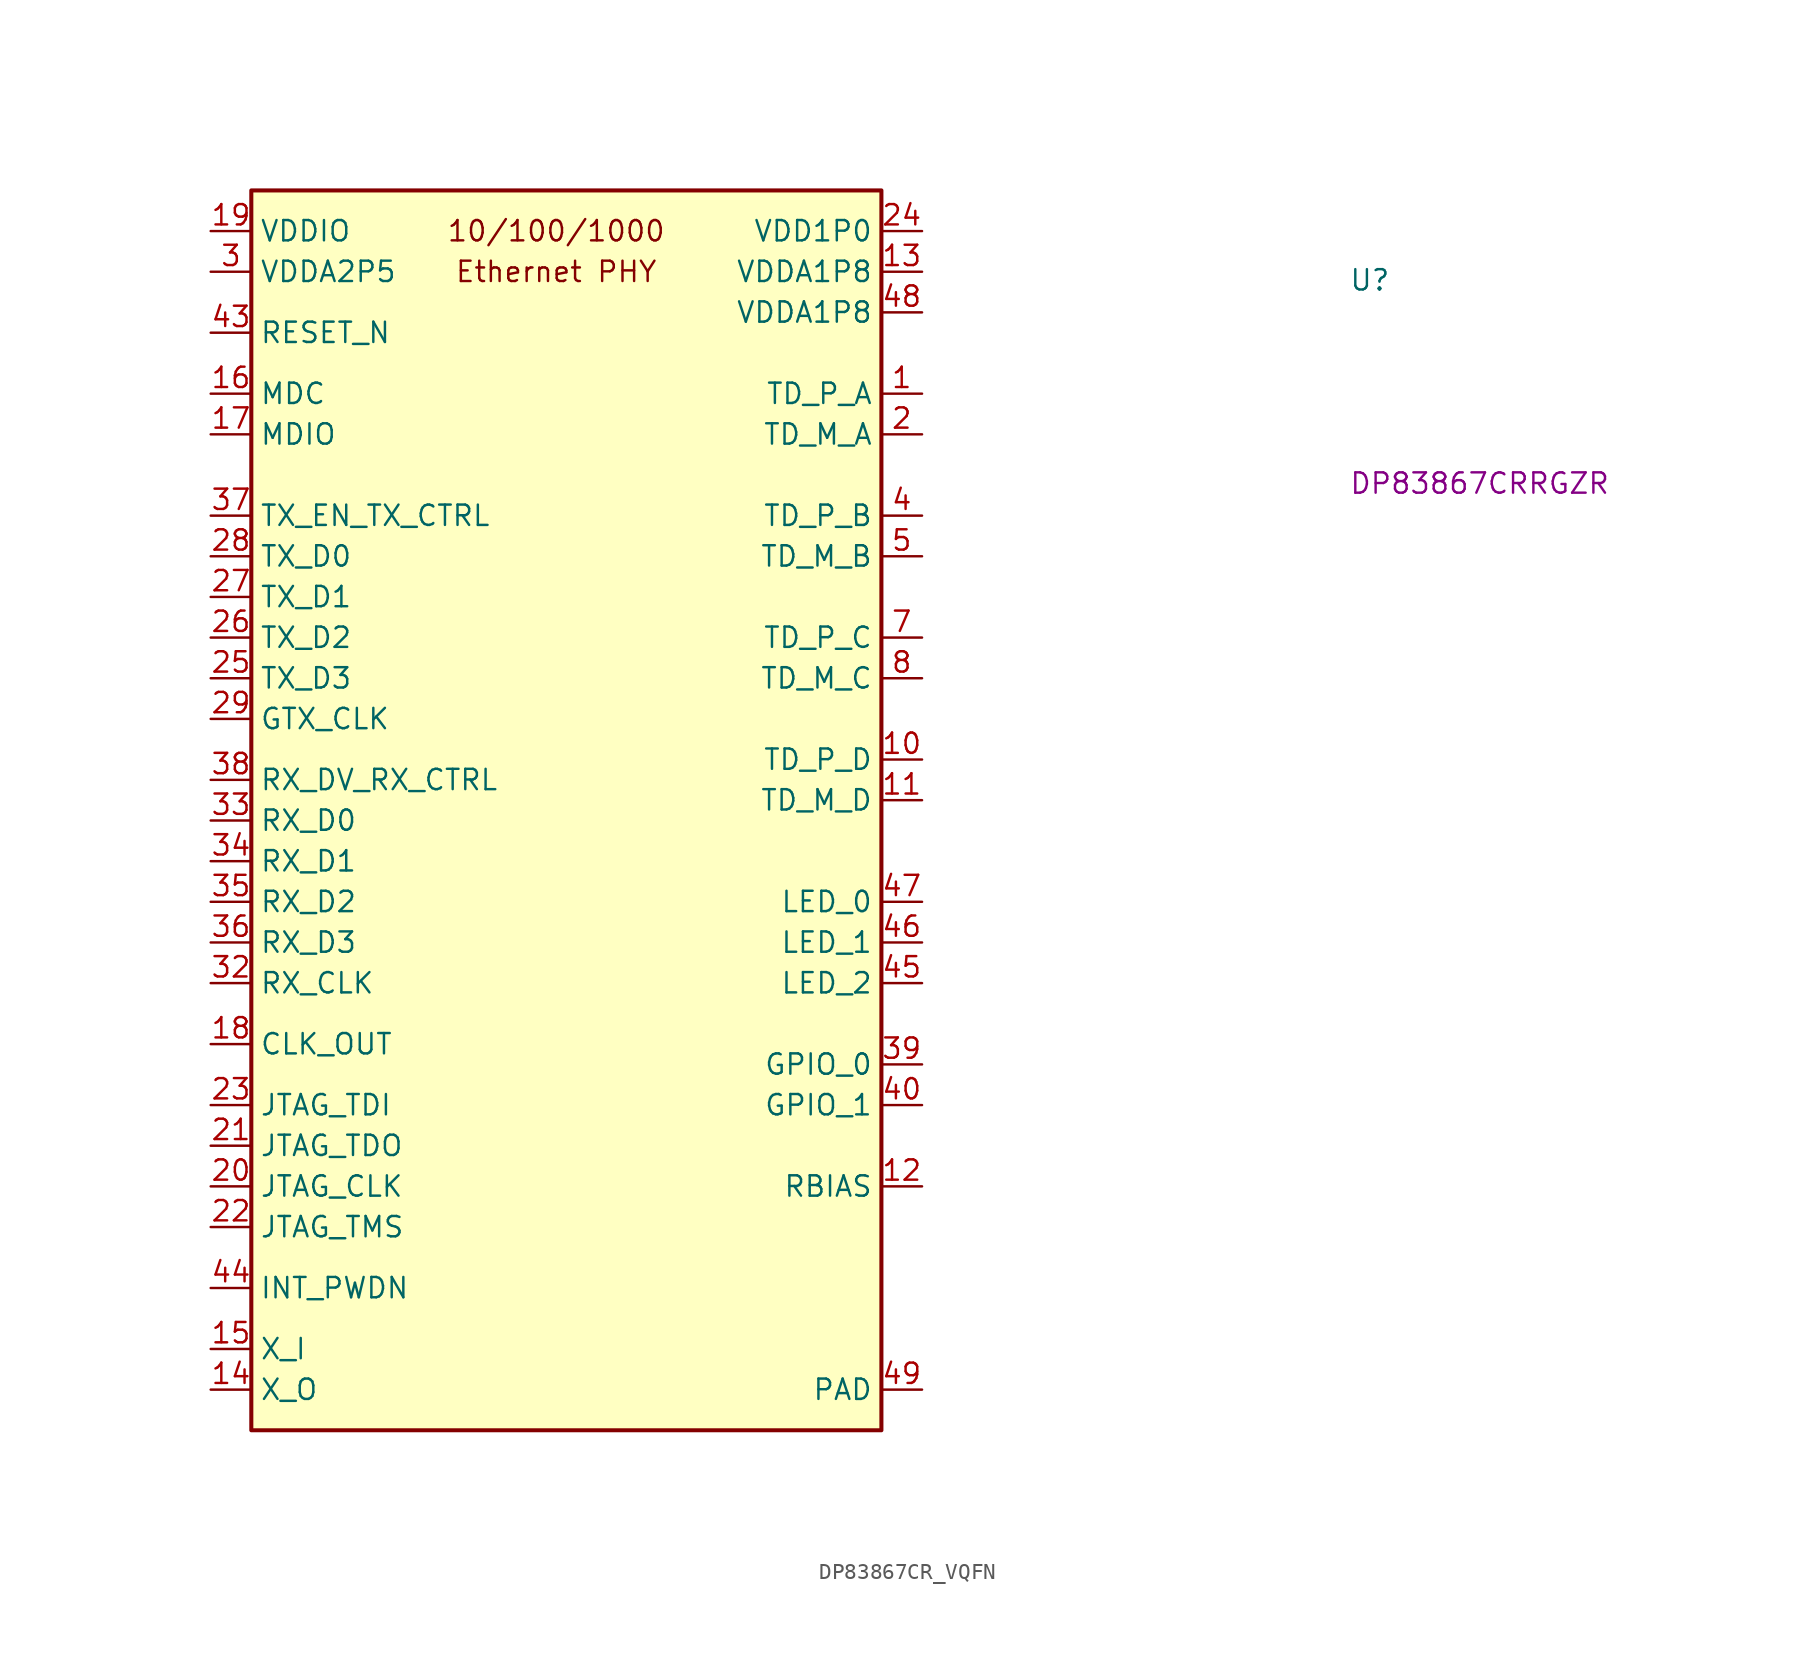
<source format=kicad_sym>
(kicad_symbol_lib
  (version 20220914)
  (generator kicad_symbol_editor)
  (symbol "DP83867CR_VQFN"
    (property "Reference" "U"
      (at 71.12 -3.81 0)
      (effects (font (size 1.27 1.27) (thickness 0.15)) (justify left bottom)))
    (property "MPN" "DP83867CRRGZR"
      (at 71.12 -16.51 0)
      (effects (font (size 1.27 1.27) (thickness 0.15)) (justify left bottom)))
    (symbol "DP83867CR_VQFN_1_1"
      (rectangle (start 2.54 2.54) (end 41.91 -74.93) (stroke (width 0.254) (type default)) (fill (type background)))
      (text "10/100/1000" (at 21.59 0 0) (effects (font (size 1.27 1.27))))
      (text "Ethernet PHY" (at 21.59 -2.54 0) (effects (font (size 1.27 1.27))))
      (pin bidirectional line (at 44.45 -10.16 180) (length 2.54) (name "TD_P_A" (effects (font (size 1.27 1.27)))) (number "1" (effects (font (size 1.27 1.27)))))
      (pin bidirectional line (at 44.45 -33.02 180) (length 2.54) (name "TD_P_D" (effects (font (size 1.27 1.27)))) (number "10" (effects (font (size 1.27 1.27)))))
      (pin bidirectional line (at 44.45 -35.56 180) (length 2.54) (name "TD_M_D" (effects (font (size 1.27 1.27)))) (number "11" (effects (font (size 1.27 1.27)))))
      (pin passive line (at 44.45 -59.69 180) (length 2.54) (name "RBIAS" (effects (font (size 1.27 1.27)))) (number "12" (effects (font (size 1.27 1.27)))))
      (pin power_in line (at 44.45 -2.54 180) (length 2.54) (name "VDDA1P8" (effects (font (size 1.27 1.27)))) (number "13" (effects (font (size 1.27 1.27)))))
      (pin bidirectional line (at 0 -72.39 0) (length 2.54) (name "X_O" (effects (font (size 1.27 1.27)))) (number "14" (effects (font (size 1.27 1.27)))))
      (pin bidirectional line (at 0 -69.85 0) (length 2.54) (name "X_I" (effects (font (size 1.27 1.27)))) (number "15" (effects (font (size 1.27 1.27)))))
      (pin input line (at 0 -10.16 0) (length 2.54) (name "MDC" (effects (font (size 1.27 1.27)))) (number "16" (effects (font (size 1.27 1.27)))))
      (pin bidirectional line (at 0 -12.7 0) (length 2.54) (name "MDIO" (effects (font (size 1.27 1.27)))) (number "17" (effects (font (size 1.27 1.27)))))
      (pin output line (at 0 -50.8 0) (length 2.54) (name "CLK_OUT" (effects (font (size 1.27 1.27)))) (number "18" (effects (font (size 1.27 1.27)))))
      (pin power_in line (at 0 0 0) (length 2.54) (name "VDDIO" (effects (font (size 1.27 1.27)))) (number "19" (effects (font (size 1.27 1.27)))))
      (pin bidirectional line (at 44.45 -12.7 180) (length 2.54) (name "TD_M_A" (effects (font (size 1.27 1.27)))) (number "2" (effects (font (size 1.27 1.27)))))
      (pin input line (at 0 -59.69 0) (length 2.54) (name "JTAG_CLK" (effects (font (size 1.27 1.27)))) (number "20" (effects (font (size 1.27 1.27)))))
      (pin output line (at 0 -57.15 0) (length 2.54) (name "JTAG_TDO" (effects (font (size 1.27 1.27)))) (number "21" (effects (font (size 1.27 1.27)))))
      (pin input line (at 0 -62.23 0) (length 2.54) (name "JTAG_TMS" (effects (font (size 1.27 1.27)))) (number "22" (effects (font (size 1.27 1.27)))))
      (pin input line (at 0 -54.61 0) (length 2.54) (name "JTAG_TDI" (effects (font (size 1.27 1.27)))) (number "23" (effects (font (size 1.27 1.27)))))
      (pin power_in line (at 44.45 0 180) (length 2.54) (name "VDD1P0" (effects (font (size 1.27 1.27)))) (number "24" (effects (font (size 1.27 1.27)))))
      (pin input line (at 0 -27.94 0) (length 2.54) (name "TX_D3" (effects (font (size 1.27 1.27)))) (number "25" (effects (font (size 1.27 1.27)))))
      (pin input line (at 0 -25.4 0) (length 2.54) (name "TX_D2" (effects (font (size 1.27 1.27)))) (number "26" (effects (font (size 1.27 1.27)))))
      (pin input line (at 0 -22.86 0) (length 2.54) (name "TX_D1" (effects (font (size 1.27 1.27)))) (number "27" (effects (font (size 1.27 1.27)))))
      (pin input line (at 0 -20.32 0) (length 2.54) (name "TX_D0" (effects (font (size 1.27 1.27)))) (number "28" (effects (font (size 1.27 1.27)))))
      (pin input line (at 0 -30.48 0) (length 2.54) (name "GTX_CLK" (effects (font (size 1.27 1.27)))) (number "29" (effects (font (size 1.27 1.27)))))
      (pin power_in line (at 0 -2.54 0) (length 2.54) (name "VDDA2P5" (effects (font (size 1.27 1.27)))) (number "3" (effects (font (size 1.27 1.27)))))
      (pin passive line (at 0 0 0) (length 2.54) hide (name "VDDIO" (effects (font (size 1.27 1.27)))) (number "30" (effects (font (size 1.27 1.27)))))
      (pin passive line (at 44.45 0 180) (length 2.54) hide (name "VDD1P0" (effects (font (size 1.27 1.27)))) (number "31" (effects (font (size 1.27 1.27)))))
      (pin output line (at 0 -46.99 0) (length 2.54) (name "RX_CLK" (effects (font (size 1.27 1.27)))) (number "32" (effects (font (size 1.27 1.27)))))
      (pin output line (at 0 -36.83 0) (length 2.54) (name "RX_D0" (effects (font (size 1.27 1.27)))) (number "33" (effects (font (size 1.27 1.27)))))
      (pin output line (at 0 -39.37 0) (length 2.54) (name "RX_D1" (effects (font (size 1.27 1.27)))) (number "34" (effects (font (size 1.27 1.27)))))
      (pin output line (at 0 -41.91 0) (length 2.54) (name "RX_D2" (effects (font (size 1.27 1.27)))) (number "35" (effects (font (size 1.27 1.27)))))
      (pin output line (at 0 -44.45 0) (length 2.54) (name "RX_D3" (effects (font (size 1.27 1.27)))) (number "36" (effects (font (size 1.27 1.27)))))
      (pin input line (at 0 -17.78 0) (length 2.54) (name "TX_EN_TX_CTRL" (effects (font (size 1.27 1.27)))) (number "37" (effects (font (size 1.27 1.27)))))
      (pin output line (at 0 -34.29 0) (length 2.54) (name "RX_DV_RX_CTRL" (effects (font (size 1.27 1.27)))) (number "38" (effects (font (size 1.27 1.27)))))
      (pin output line (at 44.45 -52.07 180) (length 2.54) (name "GPIO_0" (effects (font (size 1.27 1.27)))) (number "39" (effects (font (size 1.27 1.27)))))
      (pin bidirectional line (at 44.45 -17.78 180) (length 2.54) (name "TD_P_B" (effects (font (size 1.27 1.27)))) (number "4" (effects (font (size 1.27 1.27)))))
      (pin output line (at 44.45 -54.61 180) (length 2.54) (name "GPIO_1" (effects (font (size 1.27 1.27)))) (number "40" (effects (font (size 1.27 1.27)))))
      (pin passive line (at 0 0 0) (length 2.54) hide (name "VDDIO" (effects (font (size 1.27 1.27)))) (number "41" (effects (font (size 1.27 1.27)))))
      (pin passive line (at 44.45 0 180) (length 2.54) hide (name "VDD1P0" (effects (font (size 1.27 1.27)))) (number "42" (effects (font (size 1.27 1.27)))))
      (pin input line (at 0 -6.35 0) (length 2.54) (name "RESET_N" (effects (font (size 1.27 1.27)))) (number "43" (effects (font (size 1.27 1.27)))))
      (pin bidirectional line (at 0 -66.04 0) (length 2.54) (name "INT_PWDN" (effects (font (size 1.27 1.27)))) (number "44" (effects (font (size 1.27 1.27)))))
      (pin bidirectional line (at 44.45 -46.99 180) (length 2.54) (name "LED_2" (effects (font (size 1.27 1.27)))) (number "45" (effects (font (size 1.27 1.27)))))
      (pin bidirectional line (at 44.45 -44.45 180) (length 2.54) (name "LED_1" (effects (font (size 1.27 1.27)))) (number "46" (effects (font (size 1.27 1.27)))))
      (pin bidirectional line (at 44.45 -41.91 180) (length 2.54) (name "LED_0" (effects (font (size 1.27 1.27)))) (number "47" (effects (font (size 1.27 1.27)))))
      (pin power_in line (at 44.45 -5.08 180) (length 2.54) (name "VDDA1P8" (effects (font (size 1.27 1.27)))) (number "48" (effects (font (size 1.27 1.27)))))
      (pin power_in line (at 44.45 -72.39 180) (length 2.54) (name "PAD" (effects (font (size 1.27 1.27)))) (number "49" (effects (font (size 1.27 1.27)))))
      (pin bidirectional line (at 44.45 -20.32 180) (length 2.54) (name "TD_M_B" (effects (font (size 1.27 1.27)))) (number "5" (effects (font (size 1.27 1.27)))))
      (pin passive line (at 44.45 0 180) (length 2.54) hide (name "VDD1P0" (effects (font (size 1.27 1.27)))) (number "6" (effects (font (size 1.27 1.27)))))
      (pin bidirectional line (at 44.45 -25.4 180) (length 2.54) (name "TD_P_C" (effects (font (size 1.27 1.27)))) (number "7" (effects (font (size 1.27 1.27)))))
      (pin bidirectional line (at 44.45 -27.94 180) (length 2.54) (name "TD_M_C" (effects (font (size 1.27 1.27)))) (number "8" (effects (font (size 1.27 1.27)))))
      (pin passive line (at 0 -2.54 0) (length 2.54) hide (name "VDDA2P5" (effects (font (size 1.27 1.27)))) (number "9" (effects (font (size 1.27 1.27))))))))
</source>
